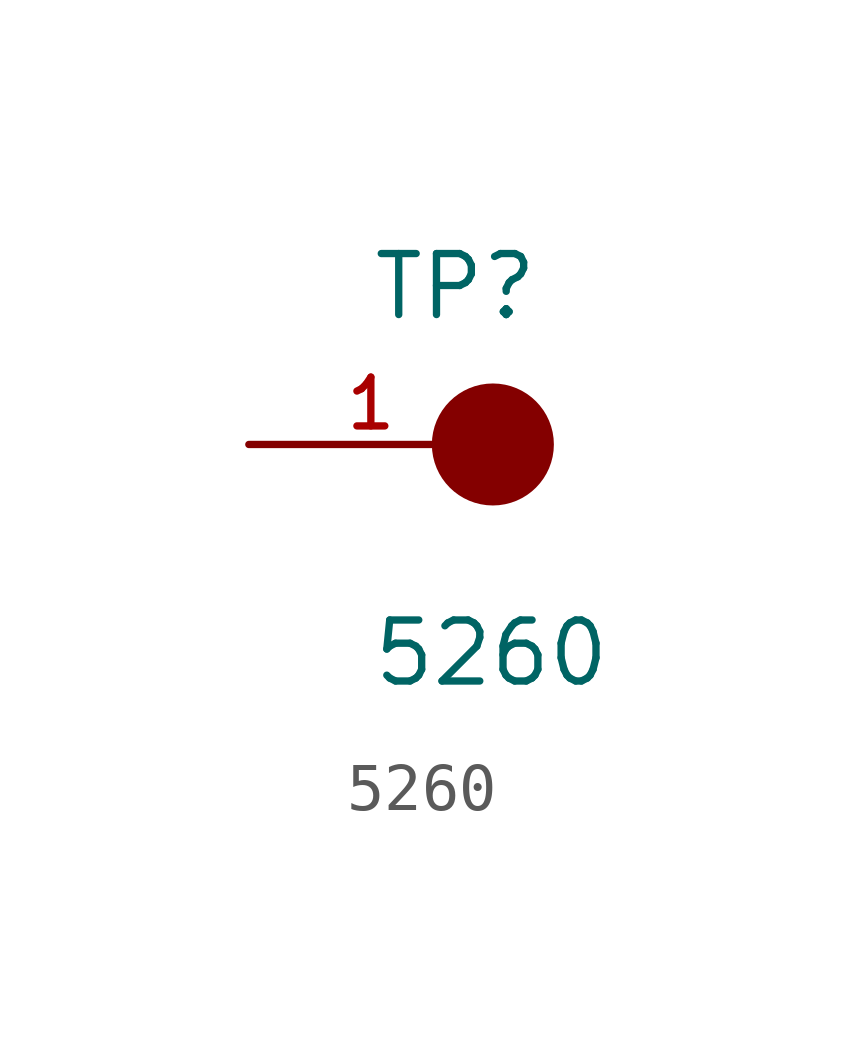
<source format=kicad_sym>
(kicad_symbol_lib
  (version 20211014)
  (generator kicad_symbol_editor)
  (symbol "5260"
    (pin_names
      (offset 1.016))
    (property "Reference" "TP"
      (at -2.544 2.541 0)
      (effects (font (size 1.27 1.27)) (justify bottom left)))
    (property "Value" "5260"
      (at -2.55 -5.087 0)
      (effects (font (size 1.27 1.27)) (justify bottom left)))
    (symbol "5260_0_0"
      (circle (center 0.0 0.0) (radius 0.635) (stroke (width 1.27)) (fill (type none)))
      (pin passive line (at -5.08 0.0 0) (length 5.08) (name "~" (effects (font (size 1.016 1.016)))) (number "1" (effects (font (size 1.016 1.016))))))))
</source>
